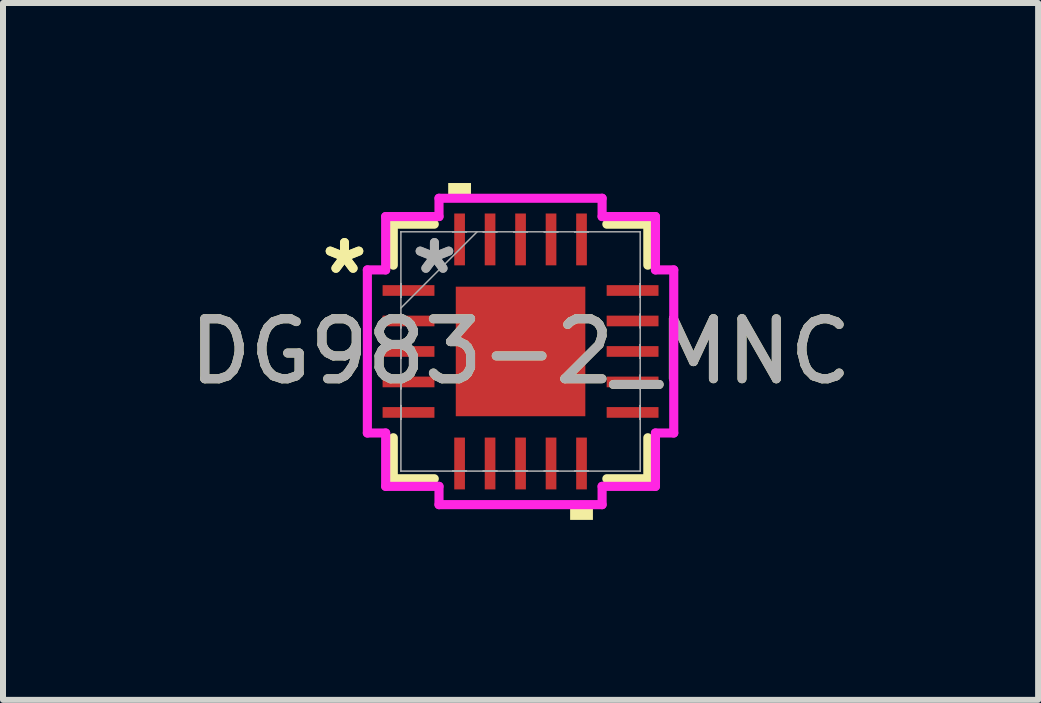
<source format=kicad_pcb>
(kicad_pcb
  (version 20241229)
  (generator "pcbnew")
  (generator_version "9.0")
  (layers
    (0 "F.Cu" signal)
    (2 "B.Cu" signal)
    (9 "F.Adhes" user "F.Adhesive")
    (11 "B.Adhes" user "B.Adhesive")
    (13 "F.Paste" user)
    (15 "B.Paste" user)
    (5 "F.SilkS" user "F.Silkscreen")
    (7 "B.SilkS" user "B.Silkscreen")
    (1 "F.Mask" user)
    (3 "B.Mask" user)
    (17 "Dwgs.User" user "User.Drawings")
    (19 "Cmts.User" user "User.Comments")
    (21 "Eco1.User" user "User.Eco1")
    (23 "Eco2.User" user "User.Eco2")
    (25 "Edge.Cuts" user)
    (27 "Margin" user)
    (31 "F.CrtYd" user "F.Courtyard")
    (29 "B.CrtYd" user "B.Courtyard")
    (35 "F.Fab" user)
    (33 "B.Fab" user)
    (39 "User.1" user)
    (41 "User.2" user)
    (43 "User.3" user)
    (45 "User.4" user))
  (footprint "DG983-2_MNC"
    (layer "F.Cu")
    (at 5.625 2.807)
    (property "Reference" "DG983-2_MNC" (at 0 0 0) (unlocked yes) (layer "F.SilkS") (effects (font (size 1 1) (thickness 0.15))))
    (attr smd)
    (fp_line (start -2.121 -2.121) (end -2.121 -1.438) (stroke (width 0.152) (type solid)) (layer "F.SilkS"))
    (fp_line (start -2.121 1.438) (end -2.121 2.121) (stroke (width 0.152) (type solid)) (layer "F.SilkS"))
    (fp_line (start -2.121 2.121) (end -1.438 2.121) (stroke (width 0.152) (type solid)) (layer "F.SilkS"))
    (fp_line (start -1.438 -2.121) (end -2.121 -2.121) (stroke (width 0.152) (type solid)) (layer "F.SilkS"))
    (fp_line (start 1.438 2.121) (end 2.121 2.121) (stroke (width 0.152) (type solid)) (layer "F.SilkS"))
    (fp_line (start 2.121 -2.121) (end 1.438 -2.121) (stroke (width 0.152) (type solid)) (layer "F.SilkS"))
    (fp_line (start 2.121 -1.438) (end 2.121 -2.121) (stroke (width 0.152) (type solid)) (layer "F.SilkS"))
    (fp_line (start 2.121 2.121) (end 2.121 1.438) (stroke (width 0.152) (type solid)) (layer "F.SilkS"))
    (fp_poly (pts (xy -1.206 -2.553) (xy -1.206 -2.807) (xy -0.826 -2.807) (xy -0.826 -2.553)) (stroke (width 0) (type solid)) (fill yes) (layer "F.SilkS"))
    (fp_poly (pts (xy 0.826 2.553) (xy 0.826 2.807) (xy 1.206 2.807) (xy 1.206 2.553)) (stroke (width 0) (type solid)) (fill yes) (layer "F.SilkS"))
    (fp_line (start -2.553 -1.359) (end -2.248 -1.359) (stroke (width 0.152) (type solid)) (layer "F.CrtYd"))
    (fp_line (start -2.553 1.359) (end -2.553 -1.359) (stroke (width 0.152) (type solid)) (layer "F.CrtYd"))
    (fp_line (start -2.248 -2.248) (end -1.359 -2.248) (stroke (width 0.152) (type solid)) (layer "F.CrtYd"))
    (fp_line (start -2.248 -1.359) (end -2.248 -2.248) (stroke (width 0.152) (type solid)) (layer "F.CrtYd"))
    (fp_line (start -2.248 1.359) (end -2.553 1.359) (stroke (width 0.152) (type solid)) (layer "F.CrtYd"))
    (fp_line (start -2.248 2.248) (end -2.248 1.359) (stroke (width 0.152) (type solid)) (layer "F.CrtYd"))
    (fp_line (start -1.359 -2.553) (end 1.359 -2.553) (stroke (width 0.152) (type solid)) (layer "F.CrtYd"))
    (fp_line (start -1.359 -2.248) (end -1.359 -2.553) (stroke (width 0.152) (type solid)) (layer "F.CrtYd"))
    (fp_line (start -1.359 2.248) (end -2.248 2.248) (stroke (width 0.152) (type solid)) (layer "F.CrtYd"))
    (fp_line (start -1.359 2.553) (end -1.359 2.248) (stroke (width 0.152) (type solid)) (layer "F.CrtYd"))
    (fp_line (start 1.359 -2.553) (end 1.359 -2.248) (stroke (width 0.152) (type solid)) (layer "F.CrtYd"))
    (fp_line (start 1.359 -2.248) (end 2.248 -2.248) (stroke (width 0.152) (type solid)) (layer "F.CrtYd"))
    (fp_line (start 1.359 2.248) (end 1.359 2.553) (stroke (width 0.152) (type solid)) (layer "F.CrtYd"))
    (fp_line (start 1.359 2.553) (end -1.359 2.553) (stroke (width 0.152) (type solid)) (layer "F.CrtYd"))
    (fp_line (start 2.248 -2.248) (end 2.248 -1.359) (stroke (width 0.152) (type solid)) (layer "F.CrtYd"))
    (fp_line (start 2.248 -1.359) (end 2.553 -1.359) (stroke (width 0.152) (type solid)) (layer "F.CrtYd"))
    (fp_line (start 2.248 1.359) (end 2.248 2.248) (stroke (width 0.152) (type solid)) (layer "F.CrtYd"))
    (fp_line (start 2.248 2.248) (end 1.359 2.248) (stroke (width 0.152) (type solid)) (layer "F.CrtYd"))
    (fp_line (start 2.553 -1.359) (end 2.553 1.359) (stroke (width 0.152) (type solid)) (layer "F.CrtYd"))
    (fp_line (start 2.553 1.359) (end 2.248 1.359) (stroke (width 0.152) (type solid)) (layer "F.CrtYd"))
    (fp_line (start -1.994 -1.994) (end -1.994 -1.994) (stroke (width 0.025) (type solid)) (layer "F.Fab"))
    (fp_line (start -1.994 -1.994) (end -1.994 1.994) (stroke (width 0.025) (type solid)) (layer "F.Fab"))
    (fp_line (start -1.994 -1.13) (end -1.994 -1.13) (stroke (width 0.025) (type solid)) (layer "F.Fab"))
    (fp_line (start -1.994 -1.13) (end -1.994 -0.902) (stroke (width 0.025) (type solid)) (layer "F.Fab"))
    (fp_line (start -1.994 -0.902) (end -1.994 -1.13) (stroke (width 0.025) (type solid)) (layer "F.Fab"))
    (fp_line (start -1.994 -0.902) (end -1.994 -0.902) (stroke (width 0.025) (type solid)) (layer "F.Fab"))
    (fp_line (start -1.994 -0.724) (end -0.724 -1.994) (stroke (width 0.025) (type solid)) (layer "F.Fab"))
    (fp_line (start -1.994 -0.622) (end -1.994 -0.622) (stroke (width 0.025) (type solid)) (layer "F.Fab"))
    (fp_line (start -1.994 -0.622) (end -1.994 -0.394) (stroke (width 0.025) (type solid)) (layer "F.Fab"))
    (fp_line (start -1.994 -0.394) (end -1.994 -0.622) (stroke (width 0.025) (type solid)) (layer "F.Fab"))
    (fp_line (start -1.994 -0.394) (end -1.994 -0.394) (stroke (width 0.025) (type solid)) (layer "F.Fab"))
    (fp_line (start -1.994 -0.114) (end -1.994 -0.114) (stroke (width 0.025) (type solid)) (layer "F.Fab"))
    (fp_line (start -1.994 -0.114) (end -1.994 0.114) (stroke (width 0.025) (type solid)) (layer "F.Fab"))
    (fp_line (start -1.994 0.114) (end -1.994 -0.114) (stroke (width 0.025) (type solid)) (layer "F.Fab"))
    (fp_line (start -1.994 0.114) (end -1.994 0.114) (stroke (width 0.025) (type solid)) (layer "F.Fab"))
    (fp_line (start -1.994 0.394) (end -1.994 0.394) (stroke (width 0.025) (type solid)) (layer "F.Fab"))
    (fp_line (start -1.994 0.394) (end -1.994 0.622) (stroke (width 0.025) (type solid)) (layer "F.Fab"))
    (fp_line (start -1.994 0.622) (end -1.994 0.394) (stroke (width 0.025) (type solid)) (layer "F.Fab"))
    (fp_line (start -1.994 0.622) (end -1.994 0.622) (stroke (width 0.025) (type solid)) (layer "F.Fab"))
    (fp_line (start -1.994 0.902) (end -1.994 0.902) (stroke (width 0.025) (type solid)) (layer "F.Fab"))
    (fp_line (start -1.994 0.902) (end -1.994 1.13) (stroke (width 0.025) (type solid)) (layer "F.Fab"))
    (fp_line (start -1.994 1.13) (end -1.994 0.902) (stroke (width 0.025) (type solid)) (layer "F.Fab"))
    (fp_line (start -1.994 1.13) (end -1.994 1.13) (stroke (width 0.025) (type solid)) (layer "F.Fab"))
    (fp_line (start -1.994 1.994) (end -1.994 1.994) (stroke (width 0.025) (type solid)) (layer "F.Fab"))
    (fp_line (start -1.994 1.994) (end 1.994 1.994) (stroke (width 0.025) (type solid)) (layer "F.Fab"))
    (fp_line (start -1.13 -1.994) (end -1.13 -1.994) (stroke (width 0.025) (type solid)) (layer "F.Fab"))
    (fp_line (start -1.13 -1.994) (end -0.902 -1.994) (stroke (width 0.025) (type solid)) (layer "F.Fab"))
    (fp_line (start -1.13 1.994) (end -1.13 1.994) (stroke (width 0.025) (type solid)) (layer "F.Fab"))
    (fp_line (start -1.13 1.994) (end -0.902 1.994) (stroke (width 0.025) (type solid)) (layer "F.Fab"))
    (fp_line (start -0.902 -1.994) (end -1.13 -1.994) (stroke (width 0.025) (type solid)) (layer "F.Fab"))
    (fp_line (start -0.902 -1.994) (end -0.902 -1.994) (stroke (width 0.025) (type solid)) (layer "F.Fab"))
    (fp_line (start -0.902 1.994) (end -1.13 1.994) (stroke (width 0.025) (type solid)) (layer "F.Fab"))
    (fp_line (start -0.902 1.994) (end -0.902 1.994) (stroke (width 0.025) (type solid)) (layer "F.Fab"))
    (fp_line (start -0.622 -1.994) (end -0.622 -1.994) (stroke (width 0.025) (type solid)) (layer "F.Fab"))
    (fp_line (start -0.622 -1.994) (end -0.394 -1.994) (stroke (width 0.025) (type solid)) (layer "F.Fab"))
    (fp_line (start -0.622 1.994) (end -0.622 1.994) (stroke (width 0.025) (type solid)) (layer "F.Fab"))
    (fp_line (start -0.622 1.994) (end -0.394 1.994) (stroke (width 0.025) (type solid)) (layer "F.Fab"))
    (fp_line (start -0.394 -1.994) (end -0.622 -1.994) (stroke (width 0.025) (type solid)) (layer "F.Fab"))
    (fp_line (start -0.394 -1.994) (end -0.394 -1.994) (stroke (width 0.025) (type solid)) (layer "F.Fab"))
    (fp_line (start -0.394 1.994) (end -0.622 1.994) (stroke (width 0.025) (type solid)) (layer "F.Fab"))
    (fp_line (start -0.394 1.994) (end -0.394 1.994) (stroke (width 0.025) (type solid)) (layer "F.Fab"))
    (fp_line (start -0.114 -1.994) (end -0.114 -1.994) (stroke (width 0.025) (type solid)) (layer "F.Fab"))
    (fp_line (start -0.114 -1.994) (end 0.114 -1.994) (stroke (width 0.025) (type solid)) (layer "F.Fab"))
    (fp_line (start -0.114 1.994) (end -0.114 1.994) (stroke (width 0.025) (type solid)) (layer "F.Fab"))
    (fp_line (start -0.114 1.994) (end 0.114 1.994) (stroke (width 0.025) (type solid)) (layer "F.Fab"))
    (fp_line (start 0.114 -1.994) (end -0.114 -1.994) (stroke (width 0.025) (type solid)) (layer "F.Fab"))
    (fp_line (start 0.114 -1.994) (end 0.114 -1.994) (stroke (width 0.025) (type solid)) (layer "F.Fab"))
    (fp_line (start 0.114 1.994) (end -0.114 1.994) (stroke (width 0.025) (type solid)) (layer "F.Fab"))
    (fp_line (start 0.114 1.994) (end 0.114 1.994) (stroke (width 0.025) (type solid)) (layer "F.Fab"))
    (fp_line (start 0.394 -1.994) (end 0.394 -1.994) (stroke (width 0.025) (type solid)) (layer "F.Fab"))
    (fp_line (start 0.394 -1.994) (end 0.622 -1.994) (stroke (width 0.025) (type solid)) (layer "F.Fab"))
    (fp_line (start 0.394 1.994) (end 0.394 1.994) (stroke (width 0.025) (type solid)) (layer "F.Fab"))
    (fp_line (start 0.394 1.994) (end 0.622 1.994) (stroke (width 0.025) (type solid)) (layer "F.Fab"))
    (fp_line (start 0.622 -1.994) (end 0.394 -1.994) (stroke (width 0.025) (type solid)) (layer "F.Fab"))
    (fp_line (start 0.622 -1.994) (end 0.622 -1.994) (stroke (width 0.025) (type solid)) (layer "F.Fab"))
    (fp_line (start 0.622 1.994) (end 0.394 1.994) (stroke (width 0.025) (type solid)) (layer "F.Fab"))
    (fp_line (start 0.622 1.994) (end 0.622 1.994) (stroke (width 0.025) (type solid)) (layer "F.Fab"))
    (fp_line (start 0.902 -1.994) (end 0.902 -1.994) (stroke (width 0.025) (type solid)) (layer "F.Fab"))
    (fp_line (start 0.902 -1.994) (end 1.13 -1.994) (stroke (width 0.025) (type solid)) (layer "F.Fab"))
    (fp_line (start 0.902 1.994) (end 0.902 1.994) (stroke (width 0.025) (type solid)) (layer "F.Fab"))
    (fp_line (start 0.902 1.994) (end 1.13 1.994) (stroke (width 0.025) (type solid)) (layer "F.Fab"))
    (fp_line (start 1.13 -1.994) (end 0.902 -1.994) (stroke (width 0.025) (type solid)) (layer "F.Fab"))
    (fp_line (start 1.13 -1.994) (end 1.13 -1.994) (stroke (width 0.025) (type solid)) (layer "F.Fab"))
    (fp_line (start 1.13 1.994) (end 0.902 1.994) (stroke (width 0.025) (type solid)) (layer "F.Fab"))
    (fp_line (start 1.13 1.994) (end 1.13 1.994) (stroke (width 0.025) (type solid)) (layer "F.Fab"))
    (fp_line (start 1.994 -1.994) (end -1.994 -1.994) (stroke (width 0.025) (type solid)) (layer "F.Fab"))
    (fp_line (start 1.994 -1.994) (end 1.994 -1.994) (stroke (width 0.025) (type solid)) (layer "F.Fab"))
    (fp_line (start 1.994 -1.13) (end 1.994 -1.13) (stroke (width 0.025) (type solid)) (layer "F.Fab"))
    (fp_line (start 1.994 -1.13) (end 1.994 -0.902) (stroke (width 0.025) (type solid)) (layer "F.Fab"))
    (fp_line (start 1.994 -0.902) (end 1.994 -1.13) (stroke (width 0.025) (type solid)) (layer "F.Fab"))
    (fp_line (start 1.994 -0.902) (end 1.994 -0.902) (stroke (width 0.025) (type solid)) (layer "F.Fab"))
    (fp_line (start 1.994 -0.622) (end 1.994 -0.622) (stroke (width 0.025) (type solid)) (layer "F.Fab"))
    (fp_line (start 1.994 -0.622) (end 1.994 -0.394) (stroke (width 0.025) (type solid)) (layer "F.Fab"))
    (fp_line (start 1.994 -0.394) (end 1.994 -0.622) (stroke (width 0.025) (type solid)) (layer "F.Fab"))
    (fp_line (start 1.994 -0.394) (end 1.994 -0.394) (stroke (width 0.025) (type solid)) (layer "F.Fab"))
    (fp_line (start 1.994 -0.114) (end 1.994 -0.114) (stroke (width 0.025) (type solid)) (layer "F.Fab"))
    (fp_line (start 1.994 -0.114) (end 1.994 0.114) (stroke (width 0.025) (type solid)) (layer "F.Fab"))
    (fp_line (start 1.994 0.114) (end 1.994 -0.114) (stroke (width 0.025) (type solid)) (layer "F.Fab"))
    (fp_line (start 1.994 0.114) (end 1.994 0.114) (stroke (width 0.025) (type solid)) (layer "F.Fab"))
    (fp_line (start 1.994 0.394) (end 1.994 0.394) (stroke (width 0.025) (type solid)) (layer "F.Fab"))
    (fp_line (start 1.994 0.394) (end 1.994 0.622) (stroke (width 0.025) (type solid)) (layer "F.Fab"))
    (fp_line (start 1.994 0.622) (end 1.994 0.394) (stroke (width 0.025) (type solid)) (layer "F.Fab"))
    (fp_line (start 1.994 0.622) (end 1.994 0.622) (stroke (width 0.025) (type solid)) (layer "F.Fab"))
    (fp_line (start 1.994 0.902) (end 1.994 0.902) (stroke (width 0.025) (type solid)) (layer "F.Fab"))
    (fp_line (start 1.994 0.902) (end 1.994 1.13) (stroke (width 0.025) (type solid)) (layer "F.Fab"))
    (fp_line (start 1.994 1.13) (end 1.994 0.902) (stroke (width 0.025) (type solid)) (layer "F.Fab"))
    (fp_line (start 1.994 1.13) (end 1.994 1.13) (stroke (width 0.025) (type solid)) (layer "F.Fab"))
    (fp_line (start 1.994 1.994) (end 1.994 -1.994) (stroke (width 0.025) (type solid)) (layer "F.Fab"))
    (fp_line (start 1.994 1.994) (end 1.994 1.994) (stroke (width 0.025) (type solid)) (layer "F.Fab"))
    (fp_text user "*" (at -2.934 -1.27 0) (unlocked yes) (layer "F.SilkS") (effects (font (size 1 1) (thickness 0.15))))
    (fp_text user "*" (at -2.934 -1.27 0) (layer "F.SilkS") (effects (font (size 1 1) (thickness 0.15))))
    (fp_text user "*" (at -1.435 -1.27 0) (layer "F.Fab") (effects (font (size 1 1) (thickness 0.15))))
    (fp_text user "${REFERENCE}" (at 0 0 0) (unlocked yes) (layer "F.Fab") (effects (font (size 1 1) (thickness 0.15))))
    (fp_text user "*" (at -1.435 -1.27 0) (unlocked yes) (layer "F.Fab") (effects (font (size 1 1) (thickness 0.15))))
    (pad "1" smd rect (at -1.867 -1.016 90) (size 0.178 0.864) (layers "F.Cu" "F.Mask" "F.Paste"))
    (pad "2" smd rect (at -1.867 -0.508 90) (size 0.178 0.864) (layers "F.Cu" "F.Mask" "F.Paste"))
    (pad "3" smd rect (at -1.867 0 90) (size 0.178 0.864) (layers "F.Cu" "F.Mask" "F.Paste"))
    (pad "4" smd rect (at -1.867 0.508 90) (size 0.178 0.864) (layers "F.Cu" "F.Mask" "F.Paste"))
    (pad "5" smd rect (at -1.867 1.016 90) (size 0.178 0.864) (layers "F.Cu" "F.Mask" "F.Paste"))
    (pad "6" smd rect (at -1.016 1.867) (size 0.178 0.864) (layers "F.Cu" "F.Mask" "F.Paste"))
    (pad "7" smd rect (at -0.508 1.867) (size 0.178 0.864) (layers "F.Cu" "F.Mask" "F.Paste"))
    (pad "8" smd rect (at 0 1.867) (size 0.178 0.864) (layers "F.Cu" "F.Mask" "F.Paste"))
    (pad "9" smd rect (at 0.508 1.867) (size 0.178 0.864) (layers "F.Cu" "F.Mask" "F.Paste"))
    (pad "10" smd rect (at 1.016 1.867) (size 0.178 0.864) (layers "F.Cu" "F.Mask" "F.Paste"))
    (pad "11" smd rect (at 1.867 1.016 90) (size 0.178 0.864) (layers "F.Cu" "F.Mask" "F.Paste"))
    (pad "12" smd rect (at 1.867 0.508 90) (size 0.178 0.864) (layers "F.Cu" "F.Mask" "F.Paste"))
    (pad "13" smd rect (at 1.867 0 90) (size 0.178 0.864) (layers "F.Cu" "F.Mask" "F.Paste"))
    (pad "14" smd rect (at 1.867 -0.508 90) (size 0.178 0.864) (layers "F.Cu" "F.Mask" "F.Paste"))
    (pad "15" smd rect (at 1.867 -1.016 90) (size 0.178 0.864) (layers "F.Cu" "F.Mask" "F.Paste"))
    (pad "16" smd rect (at 1.016 -1.867) (size 0.178 0.864) (layers "F.Cu" "F.Mask" "F.Paste"))
    (pad "17" smd rect (at 0.508 -1.867) (size 0.178 0.864) (layers "F.Cu" "F.Mask" "F.Paste"))
    (pad "18" smd rect (at 0 -1.867) (size 0.178 0.864) (layers "F.Cu" "F.Mask" "F.Paste"))
    (pad "19" smd rect (at -0.508 -1.867) (size 0.178 0.864) (layers "F.Cu" "F.Mask" "F.Paste"))
    (pad "20" smd rect (at -1.016 -1.867) (size 0.178 0.864) (layers "F.Cu" "F.Mask" "F.Paste"))
    (pad "21" smd rect (at 0 0) (size 2.159 2.159) (layers "F.Cu" "F.Mask" "F.Paste")))
  (gr_rect
    (start -3 -3)
    (end 14.25 8.613)
    (stroke (width 0.1) (type default))
    (fill no)
    (layer "Edge.Cuts")))
</source>
